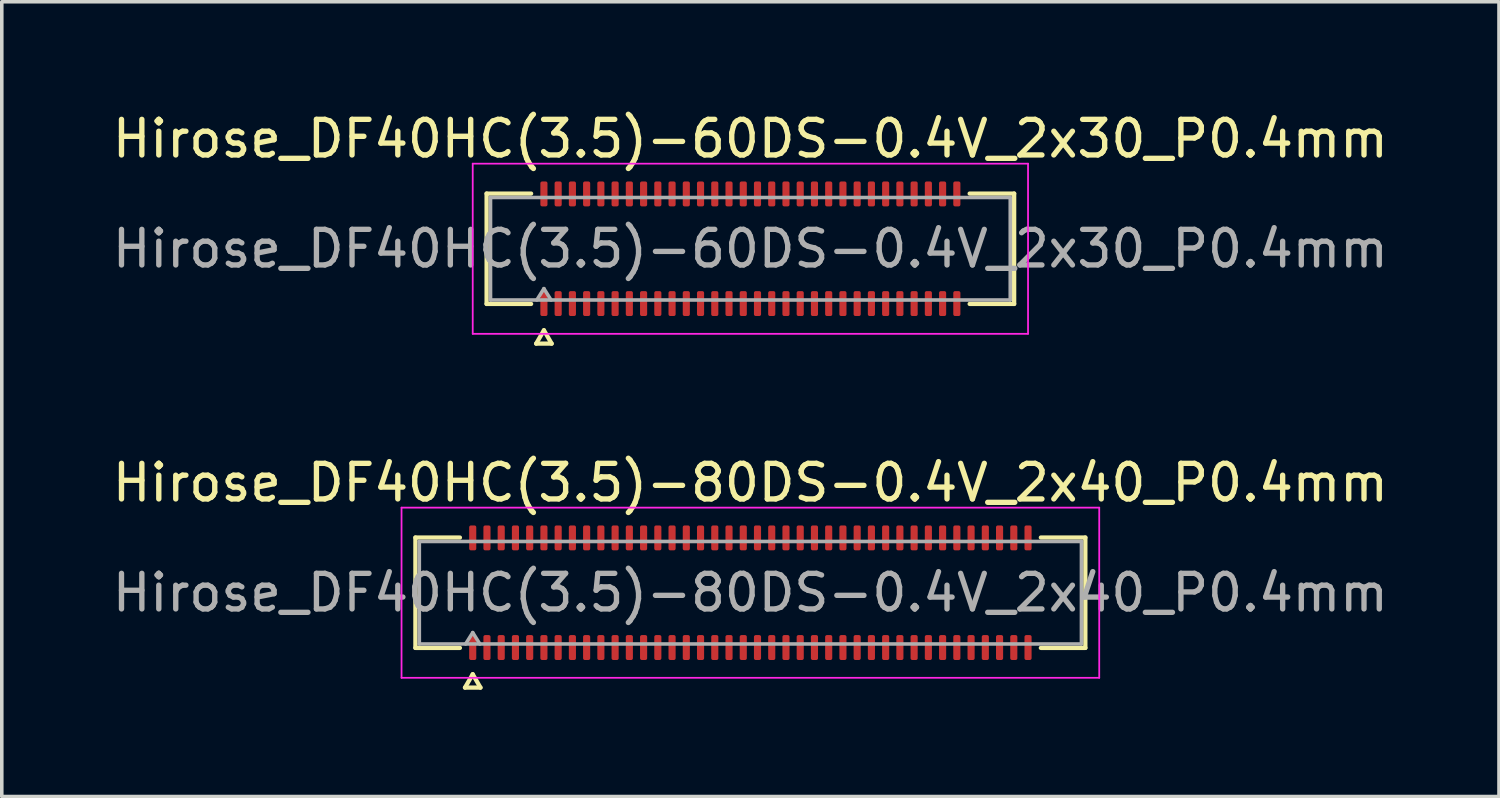
<source format=kicad_pcb>
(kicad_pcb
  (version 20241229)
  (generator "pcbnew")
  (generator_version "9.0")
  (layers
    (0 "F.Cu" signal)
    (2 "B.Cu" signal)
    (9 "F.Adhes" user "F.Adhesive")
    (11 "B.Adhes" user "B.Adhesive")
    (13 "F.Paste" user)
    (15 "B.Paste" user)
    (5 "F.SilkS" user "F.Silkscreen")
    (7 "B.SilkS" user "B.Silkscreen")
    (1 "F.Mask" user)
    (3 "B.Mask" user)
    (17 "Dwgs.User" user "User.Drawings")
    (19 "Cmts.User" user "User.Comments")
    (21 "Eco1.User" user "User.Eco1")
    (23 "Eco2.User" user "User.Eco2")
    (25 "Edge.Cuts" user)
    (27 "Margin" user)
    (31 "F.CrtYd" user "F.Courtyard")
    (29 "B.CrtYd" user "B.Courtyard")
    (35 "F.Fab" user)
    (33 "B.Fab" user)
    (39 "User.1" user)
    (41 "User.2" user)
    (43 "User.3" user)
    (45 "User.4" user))
  (footprint "Hirose_DF40HC(3.5)-80DS-0.4V_2x40_P0.4mm"
    (layer "F.Cu")
    (at 18.03 13.601)
    (property "Reference" "Hirose_DF40HC(3.5)-80DS-0.4V_2x40_P0.4mm" (at 0 -3.09 0) (layer "F.SilkS") (effects (font (size 1 1) (thickness 0.15))))
    (attr smd)
    (fp_line (start -9.41 -1.55) (end -8.16 -1.55) (stroke (width 0.12) (type solid)) (layer "F.SilkS"))
    (fp_line (start -9.41 1.55) (end -9.41 -1.55) (stroke (width 0.12) (type solid)) (layer "F.SilkS"))
    (fp_line (start -8.16 1.55) (end -9.41 1.55) (stroke (width 0.12) (type solid)) (layer "F.SilkS"))
    (fp_line (start -8.017 2.665) (end -7.8 2.29) (stroke (width 0.12) (type solid)) (layer "F.SilkS"))
    (fp_line (start -7.8 2.29) (end -7.583 2.665) (stroke (width 0.12) (type solid)) (layer "F.SilkS"))
    (fp_line (start -7.583 2.665) (end -8.017 2.665) (stroke (width 0.12) (type solid)) (layer "F.SilkS"))
    (fp_line (start 8.16 -1.55) (end 9.41 -1.55) (stroke (width 0.12) (type solid)) (layer "F.SilkS"))
    (fp_line (start 9.41 -1.55) (end 9.41 1.55) (stroke (width 0.12) (type solid)) (layer "F.SilkS"))
    (fp_line (start 9.41 1.55) (end 8.16 1.55) (stroke (width 0.12) (type solid)) (layer "F.SilkS"))
    (fp_line (start -9.8 -2.39) (end -9.8 2.39) (stroke (width 0.05) (type solid)) (layer "F.CrtYd"))
    (fp_line (start -9.8 2.39) (end 9.8 2.39) (stroke (width 0.05) (type solid)) (layer "F.CrtYd"))
    (fp_line (start 9.8 -2.39) (end -9.8 -2.39) (stroke (width 0.05) (type solid)) (layer "F.CrtYd"))
    (fp_line (start 9.8 2.39) (end 9.8 -2.39) (stroke (width 0.05) (type solid)) (layer "F.CrtYd"))
    (fp_line (start -9.3 -1.44) (end 9.3 -1.44) (stroke (width 0.1) (type solid)) (layer "F.Fab"))
    (fp_line (start -9.3 1.44) (end -9.3 -1.44) (stroke (width 0.1) (type solid)) (layer "F.Fab"))
    (fp_line (start -8 1.44) (end -7.8 1.12) (stroke (width 0.1) (type solid)) (layer "F.Fab"))
    (fp_line (start -7.8 1.12) (end -7.6 1.44) (stroke (width 0.1) (type solid)) (layer "F.Fab"))
    (fp_line (start 9.3 -1.44) (end 9.3 1.44) (stroke (width 0.1) (type solid)) (layer "F.Fab"))
    (fp_line (start 9.3 1.44) (end -9.3 1.44) (stroke (width 0.1) (type solid)) (layer "F.Fab"))
    (fp_text user "${REFERENCE}" (at 0 0 0) (layer "F.Fab") (effects (font (size 1 1) (thickness 0.15))))
    (pad "1" smd roundrect (at -7.8 1.54) (size 0.2 0.7) (layers "F.Cu" "F.Mask" "F.Paste") (roundrect_rratio 0.25))
    (pad "2" smd roundrect (at -7.8 -1.54) (size 0.2 0.7) (layers "F.Cu" "F.Mask" "F.Paste") (roundrect_rratio 0.25))
    (pad "3" smd roundrect (at -7.4 1.54) (size 0.2 0.7) (layers "F.Cu" "F.Mask" "F.Paste") (roundrect_rratio 0.25))
    (pad "4" smd roundrect (at -7.4 -1.54) (size 0.2 0.7) (layers "F.Cu" "F.Mask" "F.Paste") (roundrect_rratio 0.25))
    (pad "5" smd roundrect (at -7 1.54) (size 0.2 0.7) (layers "F.Cu" "F.Mask" "F.Paste") (roundrect_rratio 0.25))
    (pad "6" smd roundrect (at -7 -1.54) (size 0.2 0.7) (layers "F.Cu" "F.Mask" "F.Paste") (roundrect_rratio 0.25))
    (pad "7" smd roundrect (at -6.6 1.54) (size 0.2 0.7) (layers "F.Cu" "F.Mask" "F.Paste") (roundrect_rratio 0.25))
    (pad "8" smd roundrect (at -6.6 -1.54) (size 0.2 0.7) (layers "F.Cu" "F.Mask" "F.Paste") (roundrect_rratio 0.25))
    (pad "9" smd roundrect (at -6.2 1.54) (size 0.2 0.7) (layers "F.Cu" "F.Mask" "F.Paste") (roundrect_rratio 0.25))
    (pad "10" smd roundrect (at -6.2 -1.54) (size 0.2 0.7) (layers "F.Cu" "F.Mask" "F.Paste") (roundrect_rratio 0.25))
    (pad "11" smd roundrect (at -5.8 1.54) (size 0.2 0.7) (layers "F.Cu" "F.Mask" "F.Paste") (roundrect_rratio 0.25))
    (pad "12" smd roundrect (at -5.8 -1.54) (size 0.2 0.7) (layers "F.Cu" "F.Mask" "F.Paste") (roundrect_rratio 0.25))
    (pad "13" smd roundrect (at -5.4 1.54) (size 0.2 0.7) (layers "F.Cu" "F.Mask" "F.Paste") (roundrect_rratio 0.25))
    (pad "14" smd roundrect (at -5.4 -1.54) (size 0.2 0.7) (layers "F.Cu" "F.Mask" "F.Paste") (roundrect_rratio 0.25))
    (pad "15" smd roundrect (at -5 1.54) (size 0.2 0.7) (layers "F.Cu" "F.Mask" "F.Paste") (roundrect_rratio 0.25))
    (pad "16" smd roundrect (at -5 -1.54) (size 0.2 0.7) (layers "F.Cu" "F.Mask" "F.Paste") (roundrect_rratio 0.25))
    (pad "17" smd roundrect (at -4.6 1.54) (size 0.2 0.7) (layers "F.Cu" "F.Mask" "F.Paste") (roundrect_rratio 0.25))
    (pad "18" smd roundrect (at -4.6 -1.54) (size 0.2 0.7) (layers "F.Cu" "F.Mask" "F.Paste") (roundrect_rratio 0.25))
    (pad "19" smd roundrect (at -4.2 1.54) (size 0.2 0.7) (layers "F.Cu" "F.Mask" "F.Paste") (roundrect_rratio 0.25))
    (pad "20" smd roundrect (at -4.2 -1.54) (size 0.2 0.7) (layers "F.Cu" "F.Mask" "F.Paste") (roundrect_rratio 0.25))
    (pad "21" smd roundrect (at -3.8 1.54) (size 0.2 0.7) (layers "F.Cu" "F.Mask" "F.Paste") (roundrect_rratio 0.25))
    (pad "22" smd roundrect (at -3.8 -1.54) (size 0.2 0.7) (layers "F.Cu" "F.Mask" "F.Paste") (roundrect_rratio 0.25))
    (pad "23" smd roundrect (at -3.4 1.54) (size 0.2 0.7) (layers "F.Cu" "F.Mask" "F.Paste") (roundrect_rratio 0.25))
    (pad "24" smd roundrect (at -3.4 -1.54) (size 0.2 0.7) (layers "F.Cu" "F.Mask" "F.Paste") (roundrect_rratio 0.25))
    (pad "25" smd roundrect (at -3 1.54) (size 0.2 0.7) (layers "F.Cu" "F.Mask" "F.Paste") (roundrect_rratio 0.25))
    (pad "26" smd roundrect (at -3 -1.54) (size 0.2 0.7) (layers "F.Cu" "F.Mask" "F.Paste") (roundrect_rratio 0.25))
    (pad "27" smd roundrect (at -2.6 1.54) (size 0.2 0.7) (layers "F.Cu" "F.Mask" "F.Paste") (roundrect_rratio 0.25))
    (pad "28" smd roundrect (at -2.6 -1.54) (size 0.2 0.7) (layers "F.Cu" "F.Mask" "F.Paste") (roundrect_rratio 0.25))
    (pad "29" smd roundrect (at -2.2 1.54) (size 0.2 0.7) (layers "F.Cu" "F.Mask" "F.Paste") (roundrect_rratio 0.25))
    (pad "30" smd roundrect (at -2.2 -1.54) (size 0.2 0.7) (layers "F.Cu" "F.Mask" "F.Paste") (roundrect_rratio 0.25))
    (pad "31" smd roundrect (at -1.8 1.54) (size 0.2 0.7) (layers "F.Cu" "F.Mask" "F.Paste") (roundrect_rratio 0.25))
    (pad "32" smd roundrect (at -1.8 -1.54) (size 0.2 0.7) (layers "F.Cu" "F.Mask" "F.Paste") (roundrect_rratio 0.25))
    (pad "33" smd roundrect (at -1.4 1.54) (size 0.2 0.7) (layers "F.Cu" "F.Mask" "F.Paste") (roundrect_rratio 0.25))
    (pad "34" smd roundrect (at -1.4 -1.54) (size 0.2 0.7) (layers "F.Cu" "F.Mask" "F.Paste") (roundrect_rratio 0.25))
    (pad "35" smd roundrect (at -1 1.54) (size 0.2 0.7) (layers "F.Cu" "F.Mask" "F.Paste") (roundrect_rratio 0.25))
    (pad "36" smd roundrect (at -1 -1.54) (size 0.2 0.7) (layers "F.Cu" "F.Mask" "F.Paste") (roundrect_rratio 0.25))
    (pad "37" smd roundrect (at -0.6 1.54) (size 0.2 0.7) (layers "F.Cu" "F.Mask" "F.Paste") (roundrect_rratio 0.25))
    (pad "38" smd roundrect (at -0.6 -1.54) (size 0.2 0.7) (layers "F.Cu" "F.Mask" "F.Paste") (roundrect_rratio 0.25))
    (pad "39" smd roundrect (at -0.2 1.54) (size 0.2 0.7) (layers "F.Cu" "F.Mask" "F.Paste") (roundrect_rratio 0.25))
    (pad "40" smd roundrect (at -0.2 -1.54) (size 0.2 0.7) (layers "F.Cu" "F.Mask" "F.Paste") (roundrect_rratio 0.25))
    (pad "41" smd roundrect (at 0.2 1.54) (size 0.2 0.7) (layers "F.Cu" "F.Mask" "F.Paste") (roundrect_rratio 0.25))
    (pad "42" smd roundrect (at 0.2 -1.54) (size 0.2 0.7) (layers "F.Cu" "F.Mask" "F.Paste") (roundrect_rratio 0.25))
    (pad "43" smd roundrect (at 0.6 1.54) (size 0.2 0.7) (layers "F.Cu" "F.Mask" "F.Paste") (roundrect_rratio 0.25))
    (pad "44" smd roundrect (at 0.6 -1.54) (size 0.2 0.7) (layers "F.Cu" "F.Mask" "F.Paste") (roundrect_rratio 0.25))
    (pad "45" smd roundrect (at 1 1.54) (size 0.2 0.7) (layers "F.Cu" "F.Mask" "F.Paste") (roundrect_rratio 0.25))
    (pad "46" smd roundrect (at 1 -1.54) (size 0.2 0.7) (layers "F.Cu" "F.Mask" "F.Paste") (roundrect_rratio 0.25))
    (pad "47" smd roundrect (at 1.4 1.54) (size 0.2 0.7) (layers "F.Cu" "F.Mask" "F.Paste") (roundrect_rratio 0.25))
    (pad "48" smd roundrect (at 1.4 -1.54) (size 0.2 0.7) (layers "F.Cu" "F.Mask" "F.Paste") (roundrect_rratio 0.25))
    (pad "49" smd roundrect (at 1.8 1.54) (size 0.2 0.7) (layers "F.Cu" "F.Mask" "F.Paste") (roundrect_rratio 0.25))
    (pad "50" smd roundrect (at 1.8 -1.54) (size 0.2 0.7) (layers "F.Cu" "F.Mask" "F.Paste") (roundrect_rratio 0.25))
    (pad "51" smd roundrect (at 2.2 1.54) (size 0.2 0.7) (layers "F.Cu" "F.Mask" "F.Paste") (roundrect_rratio 0.25))
    (pad "52" smd roundrect (at 2.2 -1.54) (size 0.2 0.7) (layers "F.Cu" "F.Mask" "F.Paste") (roundrect_rratio 0.25))
    (pad "53" smd roundrect (at 2.6 1.54) (size 0.2 0.7) (layers "F.Cu" "F.Mask" "F.Paste") (roundrect_rratio 0.25))
    (pad "54" smd roundrect (at 2.6 -1.54) (size 0.2 0.7) (layers "F.Cu" "F.Mask" "F.Paste") (roundrect_rratio 0.25))
    (pad "55" smd roundrect (at 3 1.54) (size 0.2 0.7) (layers "F.Cu" "F.Mask" "F.Paste") (roundrect_rratio 0.25))
    (pad "56" smd roundrect (at 3 -1.54) (size 0.2 0.7) (layers "F.Cu" "F.Mask" "F.Paste") (roundrect_rratio 0.25))
    (pad "57" smd roundrect (at 3.4 1.54) (size 0.2 0.7) (layers "F.Cu" "F.Mask" "F.Paste") (roundrect_rratio 0.25))
    (pad "58" smd roundrect (at 3.4 -1.54) (size 0.2 0.7) (layers "F.Cu" "F.Mask" "F.Paste") (roundrect_rratio 0.25))
    (pad "59" smd roundrect (at 3.8 1.54) (size 0.2 0.7) (layers "F.Cu" "F.Mask" "F.Paste") (roundrect_rratio 0.25))
    (pad "60" smd roundrect (at 3.8 -1.54) (size 0.2 0.7) (layers "F.Cu" "F.Mask" "F.Paste") (roundrect_rratio 0.25))
    (pad "61" smd roundrect (at 4.2 1.54) (size 0.2 0.7) (layers "F.Cu" "F.Mask" "F.Paste") (roundrect_rratio 0.25))
    (pad "62" smd roundrect (at 4.2 -1.54) (size 0.2 0.7) (layers "F.Cu" "F.Mask" "F.Paste") (roundrect_rratio 0.25))
    (pad "63" smd roundrect (at 4.6 1.54) (size 0.2 0.7) (layers "F.Cu" "F.Mask" "F.Paste") (roundrect_rratio 0.25))
    (pad "64" smd roundrect (at 4.6 -1.54) (size 0.2 0.7) (layers "F.Cu" "F.Mask" "F.Paste") (roundrect_rratio 0.25))
    (pad "65" smd roundrect (at 5 1.54) (size 0.2 0.7) (layers "F.Cu" "F.Mask" "F.Paste") (roundrect_rratio 0.25))
    (pad "66" smd roundrect (at 5 -1.54) (size 0.2 0.7) (layers "F.Cu" "F.Mask" "F.Paste") (roundrect_rratio 0.25))
    (pad "67" smd roundrect (at 5.4 1.54) (size 0.2 0.7) (layers "F.Cu" "F.Mask" "F.Paste") (roundrect_rratio 0.25))
    (pad "68" smd roundrect (at 5.4 -1.54) (size 0.2 0.7) (layers "F.Cu" "F.Mask" "F.Paste") (roundrect_rratio 0.25))
    (pad "69" smd roundrect (at 5.8 1.54) (size 0.2 0.7) (layers "F.Cu" "F.Mask" "F.Paste") (roundrect_rratio 0.25))
    (pad "70" smd roundrect (at 5.8 -1.54) (size 0.2 0.7) (layers "F.Cu" "F.Mask" "F.Paste") (roundrect_rratio 0.25))
    (pad "71" smd roundrect (at 6.2 1.54) (size 0.2 0.7) (layers "F.Cu" "F.Mask" "F.Paste") (roundrect_rratio 0.25))
    (pad "72" smd roundrect (at 6.2 -1.54) (size 0.2 0.7) (layers "F.Cu" "F.Mask" "F.Paste") (roundrect_rratio 0.25))
    (pad "73" smd roundrect (at 6.6 1.54) (size 0.2 0.7) (layers "F.Cu" "F.Mask" "F.Paste") (roundrect_rratio 0.25))
    (pad "74" smd roundrect (at 6.6 -1.54) (size 0.2 0.7) (layers "F.Cu" "F.Mask" "F.Paste") (roundrect_rratio 0.25))
    (pad "75" smd roundrect (at 7 1.54) (size 0.2 0.7) (layers "F.Cu" "F.Mask" "F.Paste") (roundrect_rratio 0.25))
    (pad "76" smd roundrect (at 7 -1.54) (size 0.2 0.7) (layers "F.Cu" "F.Mask" "F.Paste") (roundrect_rratio 0.25))
    (pad "77" smd roundrect (at 7.4 1.54) (size 0.2 0.7) (layers "F.Cu" "F.Mask" "F.Paste") (roundrect_rratio 0.25))
    (pad "78" smd roundrect (at 7.4 -1.54) (size 0.2 0.7) (layers "F.Cu" "F.Mask" "F.Paste") (roundrect_rratio 0.25))
    (pad "79" smd roundrect (at 7.8 1.54) (size 0.2 0.7) (layers "F.Cu" "F.Mask" "F.Paste") (roundrect_rratio 0.25))
    (pad "80" smd roundrect (at 7.8 -1.54) (size 0.2 0.7) (layers "F.Cu" "F.Mask" "F.Paste") (roundrect_rratio 0.25)))
  (footprint "Hirose_DF40HC(3.5)-60DS-0.4V_2x30_P0.4mm"
    (layer "F.Cu")
    (at 18.03 3.938)
    (property "Reference" "Hirose_DF40HC(3.5)-60DS-0.4V_2x30_P0.4mm" (at 0 -3.09 0) (layer "F.SilkS") (effects (font (size 1 1) (thickness 0.15))))
    (attr smd)
    (fp_line (start -7.41 -1.55) (end -6.16 -1.55) (stroke (width 0.12) (type solid)) (layer "F.SilkS"))
    (fp_line (start -7.41 1.55) (end -7.41 -1.55) (stroke (width 0.12) (type solid)) (layer "F.SilkS"))
    (fp_line (start -6.16 1.55) (end -7.41 1.55) (stroke (width 0.12) (type solid)) (layer "F.SilkS"))
    (fp_line (start -6.017 2.665) (end -5.8 2.29) (stroke (width 0.12) (type solid)) (layer "F.SilkS"))
    (fp_line (start -5.8 2.29) (end -5.583 2.665) (stroke (width 0.12) (type solid)) (layer "F.SilkS"))
    (fp_line (start -5.583 2.665) (end -6.017 2.665) (stroke (width 0.12) (type solid)) (layer "F.SilkS"))
    (fp_line (start 6.16 -1.55) (end 7.41 -1.55) (stroke (width 0.12) (type solid)) (layer "F.SilkS"))
    (fp_line (start 7.41 -1.55) (end 7.41 1.55) (stroke (width 0.12) (type solid)) (layer "F.SilkS"))
    (fp_line (start 7.41 1.55) (end 6.16 1.55) (stroke (width 0.12) (type solid)) (layer "F.SilkS"))
    (fp_line (start -7.8 -2.39) (end -7.8 2.39) (stroke (width 0.05) (type solid)) (layer "F.CrtYd"))
    (fp_line (start -7.8 2.39) (end 7.8 2.39) (stroke (width 0.05) (type solid)) (layer "F.CrtYd"))
    (fp_line (start 7.8 -2.39) (end -7.8 -2.39) (stroke (width 0.05) (type solid)) (layer "F.CrtYd"))
    (fp_line (start 7.8 2.39) (end 7.8 -2.39) (stroke (width 0.05) (type solid)) (layer "F.CrtYd"))
    (fp_line (start -7.3 -1.44) (end 7.3 -1.44) (stroke (width 0.1) (type solid)) (layer "F.Fab"))
    (fp_line (start -7.3 1.44) (end -7.3 -1.44) (stroke (width 0.1) (type solid)) (layer "F.Fab"))
    (fp_line (start -6 1.44) (end -5.8 1.12) (stroke (width 0.1) (type solid)) (layer "F.Fab"))
    (fp_line (start -5.8 1.12) (end -5.6 1.44) (stroke (width 0.1) (type solid)) (layer "F.Fab"))
    (fp_line (start 7.3 -1.44) (end 7.3 1.44) (stroke (width 0.1) (type solid)) (layer "F.Fab"))
    (fp_line (start 7.3 1.44) (end -7.3 1.44) (stroke (width 0.1) (type solid)) (layer "F.Fab"))
    (fp_text user "${REFERENCE}" (at 0 0 0) (layer "F.Fab") (effects (font (size 1 1) (thickness 0.15))))
    (pad "1" smd roundrect (at -5.8 1.54) (size 0.2 0.7) (layers "F.Cu" "F.Mask" "F.Paste") (roundrect_rratio 0.25))
    (pad "2" smd roundrect (at -5.8 -1.54) (size 0.2 0.7) (layers "F.Cu" "F.Mask" "F.Paste") (roundrect_rratio 0.25))
    (pad "3" smd roundrect (at -5.4 1.54) (size 0.2 0.7) (layers "F.Cu" "F.Mask" "F.Paste") (roundrect_rratio 0.25))
    (pad "4" smd roundrect (at -5.4 -1.54) (size 0.2 0.7) (layers "F.Cu" "F.Mask" "F.Paste") (roundrect_rratio 0.25))
    (pad "5" smd roundrect (at -5 1.54) (size 0.2 0.7) (layers "F.Cu" "F.Mask" "F.Paste") (roundrect_rratio 0.25))
    (pad "6" smd roundrect (at -5 -1.54) (size 0.2 0.7) (layers "F.Cu" "F.Mask" "F.Paste") (roundrect_rratio 0.25))
    (pad "7" smd roundrect (at -4.6 1.54) (size 0.2 0.7) (layers "F.Cu" "F.Mask" "F.Paste") (roundrect_rratio 0.25))
    (pad "8" smd roundrect (at -4.6 -1.54) (size 0.2 0.7) (layers "F.Cu" "F.Mask" "F.Paste") (roundrect_rratio 0.25))
    (pad "9" smd roundrect (at -4.2 1.54) (size 0.2 0.7) (layers "F.Cu" "F.Mask" "F.Paste") (roundrect_rratio 0.25))
    (pad "10" smd roundrect (at -4.2 -1.54) (size 0.2 0.7) (layers "F.Cu" "F.Mask" "F.Paste") (roundrect_rratio 0.25))
    (pad "11" smd roundrect (at -3.8 1.54) (size 0.2 0.7) (layers "F.Cu" "F.Mask" "F.Paste") (roundrect_rratio 0.25))
    (pad "12" smd roundrect (at -3.8 -1.54) (size 0.2 0.7) (layers "F.Cu" "F.Mask" "F.Paste") (roundrect_rratio 0.25))
    (pad "13" smd roundrect (at -3.4 1.54) (size 0.2 0.7) (layers "F.Cu" "F.Mask" "F.Paste") (roundrect_rratio 0.25))
    (pad "14" smd roundrect (at -3.4 -1.54) (size 0.2 0.7) (layers "F.Cu" "F.Mask" "F.Paste") (roundrect_rratio 0.25))
    (pad "15" smd roundrect (at -3 1.54) (size 0.2 0.7) (layers "F.Cu" "F.Mask" "F.Paste") (roundrect_rratio 0.25))
    (pad "16" smd roundrect (at -3 -1.54) (size 0.2 0.7) (layers "F.Cu" "F.Mask" "F.Paste") (roundrect_rratio 0.25))
    (pad "17" smd roundrect (at -2.6 1.54) (size 0.2 0.7) (layers "F.Cu" "F.Mask" "F.Paste") (roundrect_rratio 0.25))
    (pad "18" smd roundrect (at -2.6 -1.54) (size 0.2 0.7) (layers "F.Cu" "F.Mask" "F.Paste") (roundrect_rratio 0.25))
    (pad "19" smd roundrect (at -2.2 1.54) (size 0.2 0.7) (layers "F.Cu" "F.Mask" "F.Paste") (roundrect_rratio 0.25))
    (pad "20" smd roundrect (at -2.2 -1.54) (size 0.2 0.7) (layers "F.Cu" "F.Mask" "F.Paste") (roundrect_rratio 0.25))
    (pad "21" smd roundrect (at -1.8 1.54) (size 0.2 0.7) (layers "F.Cu" "F.Mask" "F.Paste") (roundrect_rratio 0.25))
    (pad "22" smd roundrect (at -1.8 -1.54) (size 0.2 0.7) (layers "F.Cu" "F.Mask" "F.Paste") (roundrect_rratio 0.25))
    (pad "23" smd roundrect (at -1.4 1.54) (size 0.2 0.7) (layers "F.Cu" "F.Mask" "F.Paste") (roundrect_rratio 0.25))
    (pad "24" smd roundrect (at -1.4 -1.54) (size 0.2 0.7) (layers "F.Cu" "F.Mask" "F.Paste") (roundrect_rratio 0.25))
    (pad "25" smd roundrect (at -1 1.54) (size 0.2 0.7) (layers "F.Cu" "F.Mask" "F.Paste") (roundrect_rratio 0.25))
    (pad "26" smd roundrect (at -1 -1.54) (size 0.2 0.7) (layers "F.Cu" "F.Mask" "F.Paste") (roundrect_rratio 0.25))
    (pad "27" smd roundrect (at -0.6 1.54) (size 0.2 0.7) (layers "F.Cu" "F.Mask" "F.Paste") (roundrect_rratio 0.25))
    (pad "28" smd roundrect (at -0.6 -1.54) (size 0.2 0.7) (layers "F.Cu" "F.Mask" "F.Paste") (roundrect_rratio 0.25))
    (pad "29" smd roundrect (at -0.2 1.54) (size 0.2 0.7) (layers "F.Cu" "F.Mask" "F.Paste") (roundrect_rratio 0.25))
    (pad "30" smd roundrect (at -0.2 -1.54) (size 0.2 0.7) (layers "F.Cu" "F.Mask" "F.Paste") (roundrect_rratio 0.25))
    (pad "31" smd roundrect (at 0.2 1.54) (size 0.2 0.7) (layers "F.Cu" "F.Mask" "F.Paste") (roundrect_rratio 0.25))
    (pad "32" smd roundrect (at 0.2 -1.54) (size 0.2 0.7) (layers "F.Cu" "F.Mask" "F.Paste") (roundrect_rratio 0.25))
    (pad "33" smd roundrect (at 0.6 1.54) (size 0.2 0.7) (layers "F.Cu" "F.Mask" "F.Paste") (roundrect_rratio 0.25))
    (pad "34" smd roundrect (at 0.6 -1.54) (size 0.2 0.7) (layers "F.Cu" "F.Mask" "F.Paste") (roundrect_rratio 0.25))
    (pad "35" smd roundrect (at 1 1.54) (size 0.2 0.7) (layers "F.Cu" "F.Mask" "F.Paste") (roundrect_rratio 0.25))
    (pad "36" smd roundrect (at 1 -1.54) (size 0.2 0.7) (layers "F.Cu" "F.Mask" "F.Paste") (roundrect_rratio 0.25))
    (pad "37" smd roundrect (at 1.4 1.54) (size 0.2 0.7) (layers "F.Cu" "F.Mask" "F.Paste") (roundrect_rratio 0.25))
    (pad "38" smd roundrect (at 1.4 -1.54) (size 0.2 0.7) (layers "F.Cu" "F.Mask" "F.Paste") (roundrect_rratio 0.25))
    (pad "39" smd roundrect (at 1.8 1.54) (size 0.2 0.7) (layers "F.Cu" "F.Mask" "F.Paste") (roundrect_rratio 0.25))
    (pad "40" smd roundrect (at 1.8 -1.54) (size 0.2 0.7) (layers "F.Cu" "F.Mask" "F.Paste") (roundrect_rratio 0.25))
    (pad "41" smd roundrect (at 2.2 1.54) (size 0.2 0.7) (layers "F.Cu" "F.Mask" "F.Paste") (roundrect_rratio 0.25))
    (pad "42" smd roundrect (at 2.2 -1.54) (size 0.2 0.7) (layers "F.Cu" "F.Mask" "F.Paste") (roundrect_rratio 0.25))
    (pad "43" smd roundrect (at 2.6 1.54) (size 0.2 0.7) (layers "F.Cu" "F.Mask" "F.Paste") (roundrect_rratio 0.25))
    (pad "44" smd roundrect (at 2.6 -1.54) (size 0.2 0.7) (layers "F.Cu" "F.Mask" "F.Paste") (roundrect_rratio 0.25))
    (pad "45" smd roundrect (at 3 1.54) (size 0.2 0.7) (layers "F.Cu" "F.Mask" "F.Paste") (roundrect_rratio 0.25))
    (pad "46" smd roundrect (at 3 -1.54) (size 0.2 0.7) (layers "F.Cu" "F.Mask" "F.Paste") (roundrect_rratio 0.25))
    (pad "47" smd roundrect (at 3.4 1.54) (size 0.2 0.7) (layers "F.Cu" "F.Mask" "F.Paste") (roundrect_rratio 0.25))
    (pad "48" smd roundrect (at 3.4 -1.54) (size 0.2 0.7) (layers "F.Cu" "F.Mask" "F.Paste") (roundrect_rratio 0.25))
    (pad "49" smd roundrect (at 3.8 1.54) (size 0.2 0.7) (layers "F.Cu" "F.Mask" "F.Paste") (roundrect_rratio 0.25))
    (pad "50" smd roundrect (at 3.8 -1.54) (size 0.2 0.7) (layers "F.Cu" "F.Mask" "F.Paste") (roundrect_rratio 0.25))
    (pad "51" smd roundrect (at 4.2 1.54) (size 0.2 0.7) (layers "F.Cu" "F.Mask" "F.Paste") (roundrect_rratio 0.25))
    (pad "52" smd roundrect (at 4.2 -1.54) (size 0.2 0.7) (layers "F.Cu" "F.Mask" "F.Paste") (roundrect_rratio 0.25))
    (pad "53" smd roundrect (at 4.6 1.54) (size 0.2 0.7) (layers "F.Cu" "F.Mask" "F.Paste") (roundrect_rratio 0.25))
    (pad "54" smd roundrect (at 4.6 -1.54) (size 0.2 0.7) (layers "F.Cu" "F.Mask" "F.Paste") (roundrect_rratio 0.25))
    (pad "55" smd roundrect (at 5 1.54) (size 0.2 0.7) (layers "F.Cu" "F.Mask" "F.Paste") (roundrect_rratio 0.25))
    (pad "56" smd roundrect (at 5 -1.54) (size 0.2 0.7) (layers "F.Cu" "F.Mask" "F.Paste") (roundrect_rratio 0.25))
    (pad "57" smd roundrect (at 5.4 1.54) (size 0.2 0.7) (layers "F.Cu" "F.Mask" "F.Paste") (roundrect_rratio 0.25))
    (pad "58" smd roundrect (at 5.4 -1.54) (size 0.2 0.7) (layers "F.Cu" "F.Mask" "F.Paste") (roundrect_rratio 0.25))
    (pad "59" smd roundrect (at 5.8 1.54) (size 0.2 0.7) (layers "F.Cu" "F.Mask" "F.Paste") (roundrect_rratio 0.25))
    (pad "60" smd roundrect (at 5.8 -1.54) (size 0.2 0.7) (layers "F.Cu" "F.Mask" "F.Paste") (roundrect_rratio 0.25)))
  (gr_rect
    (start -3 -3)
    (end 39.06 19.326)
    (stroke (width 0.1) (type default))
    (fill no)
    (layer "Edge.Cuts")))
</source>
